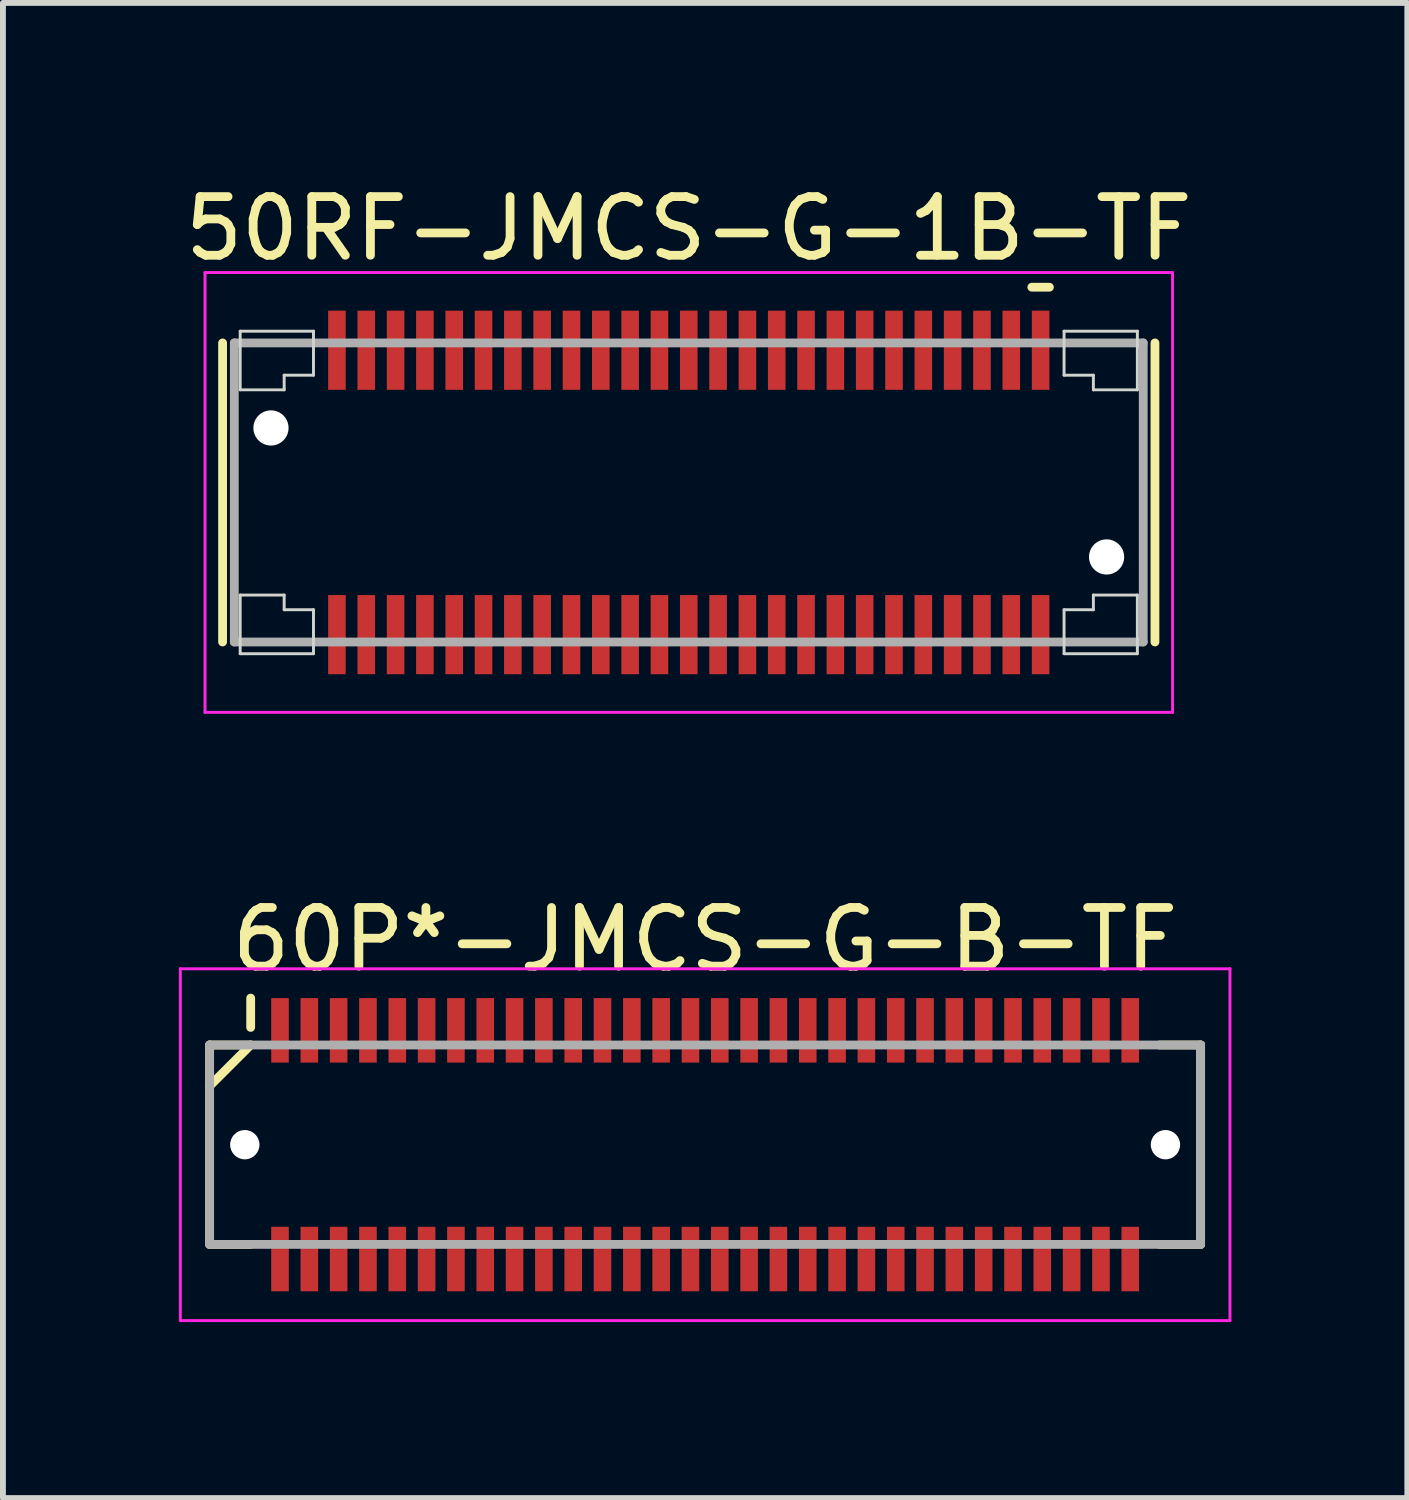
<source format=kicad_pcb>
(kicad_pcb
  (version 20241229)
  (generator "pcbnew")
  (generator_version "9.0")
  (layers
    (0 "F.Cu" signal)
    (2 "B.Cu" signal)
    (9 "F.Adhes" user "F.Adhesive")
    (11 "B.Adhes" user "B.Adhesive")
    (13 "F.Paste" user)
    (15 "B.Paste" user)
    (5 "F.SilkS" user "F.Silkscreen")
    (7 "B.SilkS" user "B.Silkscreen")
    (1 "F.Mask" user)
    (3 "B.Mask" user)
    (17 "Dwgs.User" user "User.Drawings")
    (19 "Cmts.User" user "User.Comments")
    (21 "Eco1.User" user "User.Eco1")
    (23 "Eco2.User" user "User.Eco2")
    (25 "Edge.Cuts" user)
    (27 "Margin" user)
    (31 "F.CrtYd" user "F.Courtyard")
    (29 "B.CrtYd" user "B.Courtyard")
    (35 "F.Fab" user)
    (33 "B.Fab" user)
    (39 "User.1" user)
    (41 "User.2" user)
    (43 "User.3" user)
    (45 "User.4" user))
  (footprint "50RF-JMCS-G-1B-TF"
    (layer "F.Cu")
    (at 8.696 5.348)
    (property "Reference" "50RF-JMCS-G-1B-TF" (at 0 -4.5 0) (layer "F.SilkS") (effects (font (size 1 1) (thickness 0.15))))
    (attr smd)
    (fp_line (start -7.95 -2.55) (end -7.95 2.55) (stroke (width 0.15) (type solid)) (layer "F.SilkS"))
    (fp_line (start 5.85 -3.5) (end 6.15 -3.5) (stroke (width 0.15) (type solid)) (layer "F.SilkS"))
    (fp_line (start 7.95 -2.55) (end 7.95 2.55) (stroke (width 0.15) (type solid)) (layer "F.SilkS"))
    (fp_line (start -7.65 -2.75) (end -7.65 -1.75) (stroke (width 0.05) (type solid)) (layer "Edge.Cuts"))
    (fp_line (start -7.65 -2.75) (end -6.4 -2.75) (stroke (width 0.05) (type solid)) (layer "Edge.Cuts"))
    (fp_line (start -7.65 -1.75) (end -6.9 -1.75) (stroke (width 0.05) (type solid)) (layer "Edge.Cuts"))
    (fp_line (start -7.65 1.75) (end -6.9 1.75) (stroke (width 0.05) (type solid)) (layer "Edge.Cuts"))
    (fp_line (start -7.65 2.75) (end -7.65 1.75) (stroke (width 0.05) (type solid)) (layer "Edge.Cuts"))
    (fp_line (start -7.65 2.75) (end -6.4 2.75) (stroke (width 0.05) (type solid)) (layer "Edge.Cuts"))
    (fp_line (start -6.9 -2) (end -6.9 -1.75) (stroke (width 0.05) (type solid)) (layer "Edge.Cuts"))
    (fp_line (start -6.9 -2) (end -6.4 -2) (stroke (width 0.05) (type solid)) (layer "Edge.Cuts"))
    (fp_line (start -6.9 2) (end -6.9 1.75) (stroke (width 0.05) (type solid)) (layer "Edge.Cuts"))
    (fp_line (start -6.9 2) (end -6.4 2) (stroke (width 0.05) (type solid)) (layer "Edge.Cuts"))
    (fp_line (start -6.4 -2.75) (end -6.4 -2) (stroke (width 0.05) (type solid)) (layer "Edge.Cuts"))
    (fp_line (start -6.4 2.75) (end -6.4 2) (stroke (width 0.05) (type solid)) (layer "Edge.Cuts"))
    (fp_line (start 6.4 -2.75) (end 6.4 -2) (stroke (width 0.05) (type solid)) (layer "Edge.Cuts"))
    (fp_line (start 6.4 2.75) (end 6.4 2) (stroke (width 0.05) (type solid)) (layer "Edge.Cuts"))
    (fp_line (start 6.9 -2) (end 6.4 -2) (stroke (width 0.05) (type solid)) (layer "Edge.Cuts"))
    (fp_line (start 6.9 -2) (end 6.9 -1.75) (stroke (width 0.05) (type solid)) (layer "Edge.Cuts"))
    (fp_line (start 6.9 2) (end 6.4 2) (stroke (width 0.05) (type solid)) (layer "Edge.Cuts"))
    (fp_line (start 6.9 2) (end 6.9 1.75) (stroke (width 0.05) (type solid)) (layer "Edge.Cuts"))
    (fp_line (start 7.65 -2.75) (end 6.4 -2.75) (stroke (width 0.05) (type solid)) (layer "Edge.Cuts"))
    (fp_line (start 7.65 -2.75) (end 7.65 -1.75) (stroke (width 0.05) (type solid)) (layer "Edge.Cuts"))
    (fp_line (start 7.65 -1.75) (end 6.9 -1.75) (stroke (width 0.05) (type solid)) (layer "Edge.Cuts"))
    (fp_line (start 7.65 1.75) (end 6.9 1.75) (stroke (width 0.05) (type solid)) (layer "Edge.Cuts"))
    (fp_line (start 7.65 2.75) (end 6.4 2.75) (stroke (width 0.05) (type solid)) (layer "Edge.Cuts"))
    (fp_line (start 7.65 2.75) (end 7.65 1.75) (stroke (width 0.05) (type solid)) (layer "Edge.Cuts"))
    (fp_line (start -8.25 -3.75) (end -8.25 3.75) (stroke (width 0.05) (type solid)) (layer "F.CrtYd"))
    (fp_line (start -8.25 -3.75) (end 8.25 -3.75) (stroke (width 0.05) (type solid)) (layer "F.CrtYd"))
    (fp_line (start -8.25 3.75) (end 8.25 3.75) (stroke (width 0.05) (type solid)) (layer "F.CrtYd"))
    (fp_line (start 8.25 -3.75) (end 8.25 3.75) (stroke (width 0.05) (type solid)) (layer "F.CrtYd"))
    (fp_line (start -7.75 -2.55) (end -7.75 2.55) (stroke (width 0.15) (type solid)) (layer "F.Fab"))
    (fp_line (start -7.75 -2.55) (end 7.75 -2.55) (stroke (width 0.15) (type solid)) (layer "F.Fab"))
    (fp_line (start -7.75 2.55) (end 7.75 2.55) (stroke (width 0.15) (type solid)) (layer "F.Fab"))
    (fp_line (start 7.75 -2.55) (end 7.75 2.55) (stroke (width 0.15) (type solid)) (layer "F.Fab"))
    (pad "" np_thru_hole circle (at -7.125 -1.1) (size 0.6 0.6) (drill 0.6) (layers "*.Cu" "*.Mask"))
    (pad "" np_thru_hole circle (at 7.125 1.1) (size 0.6 0.6) (drill 0.6) (layers "*.Cu" "*.Mask"))
    (pad "1" smd rect (at 6 -2.425) (size 0.3 1.35) (layers "F.Cu" "F.Mask" "F.Paste"))
    (pad "2" smd rect (at 6 2.425) (size 0.3 1.35) (layers "F.Cu" "F.Mask" "F.Paste"))
    (pad "3" smd rect (at 5.5 -2.425) (size 0.3 1.35) (layers "F.Cu" "F.Mask" "F.Paste"))
    (pad "4" smd rect (at 5.5 2.425) (size 0.3 1.35) (layers "F.Cu" "F.Mask" "F.Paste"))
    (pad "5" smd rect (at 5 -2.425) (size 0.3 1.35) (layers "F.Cu" "F.Mask" "F.Paste"))
    (pad "6" smd rect (at 5 2.425) (size 0.3 1.35) (layers "F.Cu" "F.Mask" "F.Paste"))
    (pad "7" smd rect (at 4.5 -2.425) (size 0.3 1.35) (layers "F.Cu" "F.Mask" "F.Paste"))
    (pad "8" smd rect (at 4.5 2.425) (size 0.3 1.35) (layers "F.Cu" "F.Mask" "F.Paste"))
    (pad "9" smd rect (at 4 -2.425) (size 0.3 1.35) (layers "F.Cu" "F.Mask" "F.Paste"))
    (pad "10" smd rect (at 4 2.425) (size 0.3 1.35) (layers "F.Cu" "F.Mask" "F.Paste"))
    (pad "11" smd rect (at 3.5 -2.425) (size 0.3 1.35) (layers "F.Cu" "F.Mask" "F.Paste"))
    (pad "12" smd rect (at 3.5 2.425) (size 0.3 1.35) (layers "F.Cu" "F.Mask" "F.Paste"))
    (pad "13" smd rect (at 3 -2.425) (size 0.3 1.35) (layers "F.Cu" "F.Mask" "F.Paste"))
    (pad "14" smd rect (at 3 2.425) (size 0.3 1.35) (layers "F.Cu" "F.Mask" "F.Paste"))
    (pad "15" smd rect (at 2.5 -2.425) (size 0.3 1.35) (layers "F.Cu" "F.Mask" "F.Paste"))
    (pad "16" smd rect (at 2.5 2.425) (size 0.3 1.35) (layers "F.Cu" "F.Mask" "F.Paste"))
    (pad "17" smd rect (at 2 -2.425) (size 0.3 1.35) (layers "F.Cu" "F.Mask" "F.Paste"))
    (pad "18" smd rect (at 2 2.425) (size 0.3 1.35) (layers "F.Cu" "F.Mask" "F.Paste"))
    (pad "19" smd rect (at 1.5 -2.425) (size 0.3 1.35) (layers "F.Cu" "F.Mask" "F.Paste"))
    (pad "20" smd rect (at 1.5 2.425) (size 0.3 1.35) (layers "F.Cu" "F.Mask" "F.Paste"))
    (pad "21" smd rect (at 1 -2.425) (size 0.3 1.35) (layers "F.Cu" "F.Mask" "F.Paste"))
    (pad "22" smd rect (at 1 2.425) (size 0.3 1.35) (layers "F.Cu" "F.Mask" "F.Paste"))
    (pad "23" smd rect (at 0.5 -2.425) (size 0.3 1.35) (layers "F.Cu" "F.Mask" "F.Paste"))
    (pad "24" smd rect (at 0.5 2.425) (size 0.3 1.35) (layers "F.Cu" "F.Mask" "F.Paste"))
    (pad "25" smd rect (at 0 -2.425) (size 0.3 1.35) (layers "F.Cu" "F.Mask" "F.Paste"))
    (pad "26" smd rect (at 0 2.425) (size 0.3 1.35) (layers "F.Cu" "F.Mask" "F.Paste"))
    (pad "27" smd rect (at -0.5 -2.425) (size 0.3 1.35) (layers "F.Cu" "F.Mask" "F.Paste"))
    (pad "28" smd rect (at -0.5 2.425) (size 0.3 1.35) (layers "F.Cu" "F.Mask" "F.Paste"))
    (pad "29" smd rect (at -1 -2.425) (size 0.3 1.35) (layers "F.Cu" "F.Mask" "F.Paste"))
    (pad "30" smd rect (at -1 2.425) (size 0.3 1.35) (layers "F.Cu" "F.Mask" "F.Paste"))
    (pad "31" smd rect (at -1.5 -2.425) (size 0.3 1.35) (layers "F.Cu" "F.Mask" "F.Paste"))
    (pad "32" smd rect (at -1.5 2.425) (size 0.3 1.35) (layers "F.Cu" "F.Mask" "F.Paste"))
    (pad "33" smd rect (at -2 -2.425) (size 0.3 1.35) (layers "F.Cu" "F.Mask" "F.Paste"))
    (pad "34" smd rect (at -2 2.425) (size 0.3 1.35) (layers "F.Cu" "F.Mask" "F.Paste"))
    (pad "35" smd rect (at -2.5 -2.425) (size 0.3 1.35) (layers "F.Cu" "F.Mask" "F.Paste"))
    (pad "36" smd rect (at -2.5 2.425) (size 0.3 1.35) (layers "F.Cu" "F.Mask" "F.Paste"))
    (pad "37" smd rect (at -3 -2.425) (size 0.3 1.35) (layers "F.Cu" "F.Mask" "F.Paste"))
    (pad "38" smd rect (at -3 2.425) (size 0.3 1.35) (layers "F.Cu" "F.Mask" "F.Paste"))
    (pad "39" smd rect (at -3.5 -2.425) (size 0.3 1.35) (layers "F.Cu" "F.Mask" "F.Paste"))
    (pad "40" smd rect (at -3.5 2.425) (size 0.3 1.35) (layers "F.Cu" "F.Mask" "F.Paste"))
    (pad "41" smd rect (at -4 -2.425) (size 0.3 1.35) (layers "F.Cu" "F.Mask" "F.Paste"))
    (pad "42" smd rect (at -4 2.425) (size 0.3 1.35) (layers "F.Cu" "F.Mask" "F.Paste"))
    (pad "43" smd rect (at -4.5 -2.425) (size 0.3 1.35) (layers "F.Cu" "F.Mask" "F.Paste"))
    (pad "44" smd rect (at -4.5 2.425) (size 0.3 1.35) (layers "F.Cu" "F.Mask" "F.Paste"))
    (pad "45" smd rect (at -5 -2.425) (size 0.3 1.35) (layers "F.Cu" "F.Mask" "F.Paste"))
    (pad "46" smd rect (at -5 2.425) (size 0.3 1.35) (layers "F.Cu" "F.Mask" "F.Paste"))
    (pad "47" smd rect (at -5.5 -2.425) (size 0.3 1.35) (layers "F.Cu" "F.Mask" "F.Paste"))
    (pad "48" smd rect (at -5.5 2.425) (size 0.3 1.35) (layers "F.Cu" "F.Mask" "F.Paste"))
    (pad "49" smd rect (at -6 -2.425) (size 0.3 1.35) (layers "F.Cu" "F.Mask" "F.Paste"))
    (pad "50" smd rect (at -6 2.425) (size 0.3 1.35) (layers "F.Cu" "F.Mask" "F.Paste")))
  (footprint "60P*-JMCS-G-B-TF"
    (layer "F.Cu")
    (at 8.975 16.471)
    (property "Reference" "60P*-JMCS-G-B-TF" (at 0 -3.5 0) (layer "F.SilkS") (effects (font (size 1 1) (thickness 0.15))))
    (attr smd)
    (fp_line (start -8.45 -1.7) (end -8.45 1.7) (stroke (width 0.15) (type solid)) (layer "F.SilkS"))
    (fp_line (start -8.45 -1.7) (end -7.75 -1.7) (stroke (width 0.15) (type solid)) (layer "F.SilkS"))
    (fp_line (start -8.45 1.7) (end -7.75 1.7) (stroke (width 0.15) (type solid)) (layer "F.SilkS"))
    (fp_line (start -7.75 -2.5) (end -7.75 -2) (stroke (width 0.15) (type solid)) (layer "F.SilkS"))
    (fp_line (start -7.75 -1.7) (end -8.45 -1) (stroke (width 0.15) (type solid)) (layer "F.SilkS"))
    (fp_line (start 7.75 -1.7) (end 8.45 -1.7) (stroke (width 0.15) (type solid)) (layer "F.SilkS"))
    (fp_line (start 7.75 1.7) (end 8.45 1.7) (stroke (width 0.15) (type solid)) (layer "F.SilkS"))
    (fp_line (start 8.45 -1.7) (end 8.45 1.7) (stroke (width 0.15) (type solid)) (layer "F.SilkS"))
    (fp_line (start -8.95 -3) (end -8.95 3) (stroke (width 0.05) (type solid)) (layer "F.CrtYd"))
    (fp_line (start -8.95 -3) (end 8.95 -3) (stroke (width 0.05) (type solid)) (layer "F.CrtYd"))
    (fp_line (start -8.95 3) (end 8.95 3) (stroke (width 0.05) (type solid)) (layer "F.CrtYd"))
    (fp_line (start 8.95 -3) (end 8.95 3) (stroke (width 0.05) (type solid)) (layer "F.CrtYd"))
    (fp_line (start -8.45 -1.7) (end -8.45 1.7) (stroke (width 0.15) (type solid)) (layer "F.Fab"))
    (fp_line (start -8.45 -1.7) (end 8.45 -1.7) (stroke (width 0.15) (type solid)) (layer "F.Fab"))
    (fp_line (start -8.45 1.7) (end 8.45 1.7) (stroke (width 0.15) (type solid)) (layer "F.Fab"))
    (fp_line (start 8.45 -1.7) (end 8.45 1.7) (stroke (width 0.15) (type solid)) (layer "F.Fab"))
    (pad "" np_thru_hole circle (at -7.85 0) (size 0.5 0.5) (drill 0.5) (layers "*.Cu" "*.Mask"))
    (pad "" np_thru_hole circle (at 7.85 0) (size 0.5 0.5) (drill 0.5) (layers "*.Cu" "*.Mask"))
    (pad "1" smd rect (at -7.25 -1.95) (size 0.3 1.1) (layers "F.Cu" "F.Mask" "F.Paste"))
    (pad "2" smd rect (at -7.25 1.95) (size 0.3 1.1) (layers "F.Cu" "F.Mask" "F.Paste"))
    (pad "3" smd rect (at -6.75 -1.95) (size 0.3 1.1) (layers "F.Cu" "F.Mask" "F.Paste"))
    (pad "4" smd rect (at -6.75 1.95) (size 0.3 1.1) (layers "F.Cu" "F.Mask" "F.Paste"))
    (pad "5" smd rect (at -6.25 -1.95) (size 0.3 1.1) (layers "F.Cu" "F.Mask" "F.Paste"))
    (pad "6" smd rect (at -6.25 1.95) (size 0.3 1.1) (layers "F.Cu" "F.Mask" "F.Paste"))
    (pad "7" smd rect (at -5.75 -1.95) (size 0.3 1.1) (layers "F.Cu" "F.Mask" "F.Paste"))
    (pad "8" smd rect (at -5.75 1.95) (size 0.3 1.1) (layers "F.Cu" "F.Mask" "F.Paste"))
    (pad "9" smd rect (at -5.25 -1.95) (size 0.3 1.1) (layers "F.Cu" "F.Mask" "F.Paste"))
    (pad "10" smd rect (at -5.25 1.95) (size 0.3 1.1) (layers "F.Cu" "F.Mask" "F.Paste"))
    (pad "11" smd rect (at -4.75 -1.95) (size 0.3 1.1) (layers "F.Cu" "F.Mask" "F.Paste"))
    (pad "12" smd rect (at -4.75 1.95) (size 0.3 1.1) (layers "F.Cu" "F.Mask" "F.Paste"))
    (pad "13" smd rect (at -4.25 -1.95) (size 0.3 1.1) (layers "F.Cu" "F.Mask" "F.Paste"))
    (pad "14" smd rect (at -4.25 1.95) (size 0.3 1.1) (layers "F.Cu" "F.Mask" "F.Paste"))
    (pad "15" smd rect (at -3.75 -1.95) (size 0.3 1.1) (layers "F.Cu" "F.Mask" "F.Paste"))
    (pad "16" smd rect (at -3.75 1.95) (size 0.3 1.1) (layers "F.Cu" "F.Mask" "F.Paste"))
    (pad "17" smd rect (at -3.25 -1.95) (size 0.3 1.1) (layers "F.Cu" "F.Mask" "F.Paste"))
    (pad "18" smd rect (at -3.25 1.95) (size 0.3 1.1) (layers "F.Cu" "F.Mask" "F.Paste"))
    (pad "19" smd rect (at -2.75 -1.95) (size 0.3 1.1) (layers "F.Cu" "F.Mask" "F.Paste"))
    (pad "20" smd rect (at -2.75 1.95) (size 0.3 1.1) (layers "F.Cu" "F.Mask" "F.Paste"))
    (pad "21" smd rect (at -2.25 -1.95) (size 0.3 1.1) (layers "F.Cu" "F.Mask" "F.Paste"))
    (pad "22" smd rect (at -2.25 1.95) (size 0.3 1.1) (layers "F.Cu" "F.Mask" "F.Paste"))
    (pad "23" smd rect (at -1.75 -1.95) (size 0.3 1.1) (layers "F.Cu" "F.Mask" "F.Paste"))
    (pad "24" smd rect (at -1.75 1.95) (size 0.3 1.1) (layers "F.Cu" "F.Mask" "F.Paste"))
    (pad "25" smd rect (at -1.25 -1.95) (size 0.3 1.1) (layers "F.Cu" "F.Mask" "F.Paste"))
    (pad "26" smd rect (at -1.25 1.95) (size 0.3 1.1) (layers "F.Cu" "F.Mask" "F.Paste"))
    (pad "27" smd rect (at -0.75 -1.95) (size 0.3 1.1) (layers "F.Cu" "F.Mask" "F.Paste"))
    (pad "28" smd rect (at -0.75 1.95) (size 0.3 1.1) (layers "F.Cu" "F.Mask" "F.Paste"))
    (pad "29" smd rect (at -0.25 -1.95) (size 0.3 1.1) (layers "F.Cu" "F.Mask" "F.Paste"))
    (pad "30" smd rect (at -0.25 1.95) (size 0.3 1.1) (layers "F.Cu" "F.Mask" "F.Paste"))
    (pad "31" smd rect (at 0.25 -1.95) (size 0.3 1.1) (layers "F.Cu" "F.Mask" "F.Paste"))
    (pad "32" smd rect (at 0.25 1.95) (size 0.3 1.1) (layers "F.Cu" "F.Mask" "F.Paste"))
    (pad "33" smd rect (at 0.75 -1.95) (size 0.3 1.1) (layers "F.Cu" "F.Mask" "F.Paste"))
    (pad "34" smd rect (at 0.75 1.95) (size 0.3 1.1) (layers "F.Cu" "F.Mask" "F.Paste"))
    (pad "35" smd rect (at 1.25 -1.95) (size 0.3 1.1) (layers "F.Cu" "F.Mask" "F.Paste"))
    (pad "36" smd rect (at 1.25 1.95) (size 0.3 1.1) (layers "F.Cu" "F.Mask" "F.Paste"))
    (pad "37" smd rect (at 1.75 -1.95) (size 0.3 1.1) (layers "F.Cu" "F.Mask" "F.Paste"))
    (pad "38" smd rect (at 1.75 1.95) (size 0.3 1.1) (layers "F.Cu" "F.Mask" "F.Paste"))
    (pad "39" smd rect (at 2.25 -1.95) (size 0.3 1.1) (layers "F.Cu" "F.Mask" "F.Paste"))
    (pad "40" smd rect (at 2.25 1.95) (size 0.3 1.1) (layers "F.Cu" "F.Mask" "F.Paste"))
    (pad "41" smd rect (at 2.75 -1.95) (size 0.3 1.1) (layers "F.Cu" "F.Mask" "F.Paste"))
    (pad "42" smd rect (at 2.75 1.95) (size 0.3 1.1) (layers "F.Cu" "F.Mask" "F.Paste"))
    (pad "43" smd rect (at 3.25 -1.95) (size 0.3 1.1) (layers "F.Cu" "F.Mask" "F.Paste"))
    (pad "44" smd rect (at 3.25 1.95) (size 0.3 1.1) (layers "F.Cu" "F.Mask" "F.Paste"))
    (pad "45" smd rect (at 3.75 -1.95) (size 0.3 1.1) (layers "F.Cu" "F.Mask" "F.Paste"))
    (pad "46" smd rect (at 3.75 1.95) (size 0.3 1.1) (layers "F.Cu" "F.Mask" "F.Paste"))
    (pad "47" smd rect (at 4.25 -1.95) (size 0.3 1.1) (layers "F.Cu" "F.Mask" "F.Paste"))
    (pad "48" smd rect (at 4.25 1.95) (size 0.3 1.1) (layers "F.Cu" "F.Mask" "F.Paste"))
    (pad "49" smd rect (at 4.75 -1.95) (size 0.3 1.1) (layers "F.Cu" "F.Mask" "F.Paste"))
    (pad "50" smd rect (at 4.75 1.95) (size 0.3 1.1) (layers "F.Cu" "F.Mask" "F.Paste"))
    (pad "51" smd rect (at 5.25 -1.95) (size 0.3 1.1) (layers "F.Cu" "F.Mask" "F.Paste"))
    (pad "52" smd rect (at 5.25 1.95) (size 0.3 1.1) (layers "F.Cu" "F.Mask" "F.Paste"))
    (pad "53" smd rect (at 5.75 -1.95) (size 0.3 1.1) (layers "F.Cu" "F.Mask" "F.Paste"))
    (pad "54" smd rect (at 5.75 1.95) (size 0.3 1.1) (layers "F.Cu" "F.Mask" "F.Paste"))
    (pad "55" smd rect (at 6.25 -1.95) (size 0.3 1.1) (layers "F.Cu" "F.Mask" "F.Paste"))
    (pad "56" smd rect (at 6.25 1.95) (size 0.3 1.1) (layers "F.Cu" "F.Mask" "F.Paste"))
    (pad "57" smd rect (at 6.75 -1.95) (size 0.3 1.1) (layers "F.Cu" "F.Mask" "F.Paste"))
    (pad "58" smd rect (at 6.75 1.95) (size 0.3 1.1) (layers "F.Cu" "F.Mask" "F.Paste"))
    (pad "59" smd rect (at 7.25 -1.95) (size 0.3 1.1) (layers "F.Cu" "F.Mask" "F.Paste"))
    (pad "60" smd rect (at 7.25 1.95) (size 0.3 1.1) (layers "F.Cu" "F.Mask" "F.Paste")))
  (gr_rect
    (start -3 -3)
    (end 20.95 22.497)
    (stroke (width 0.1) (type default))
    (fill no)
    (layer "Edge.Cuts")))
</source>
